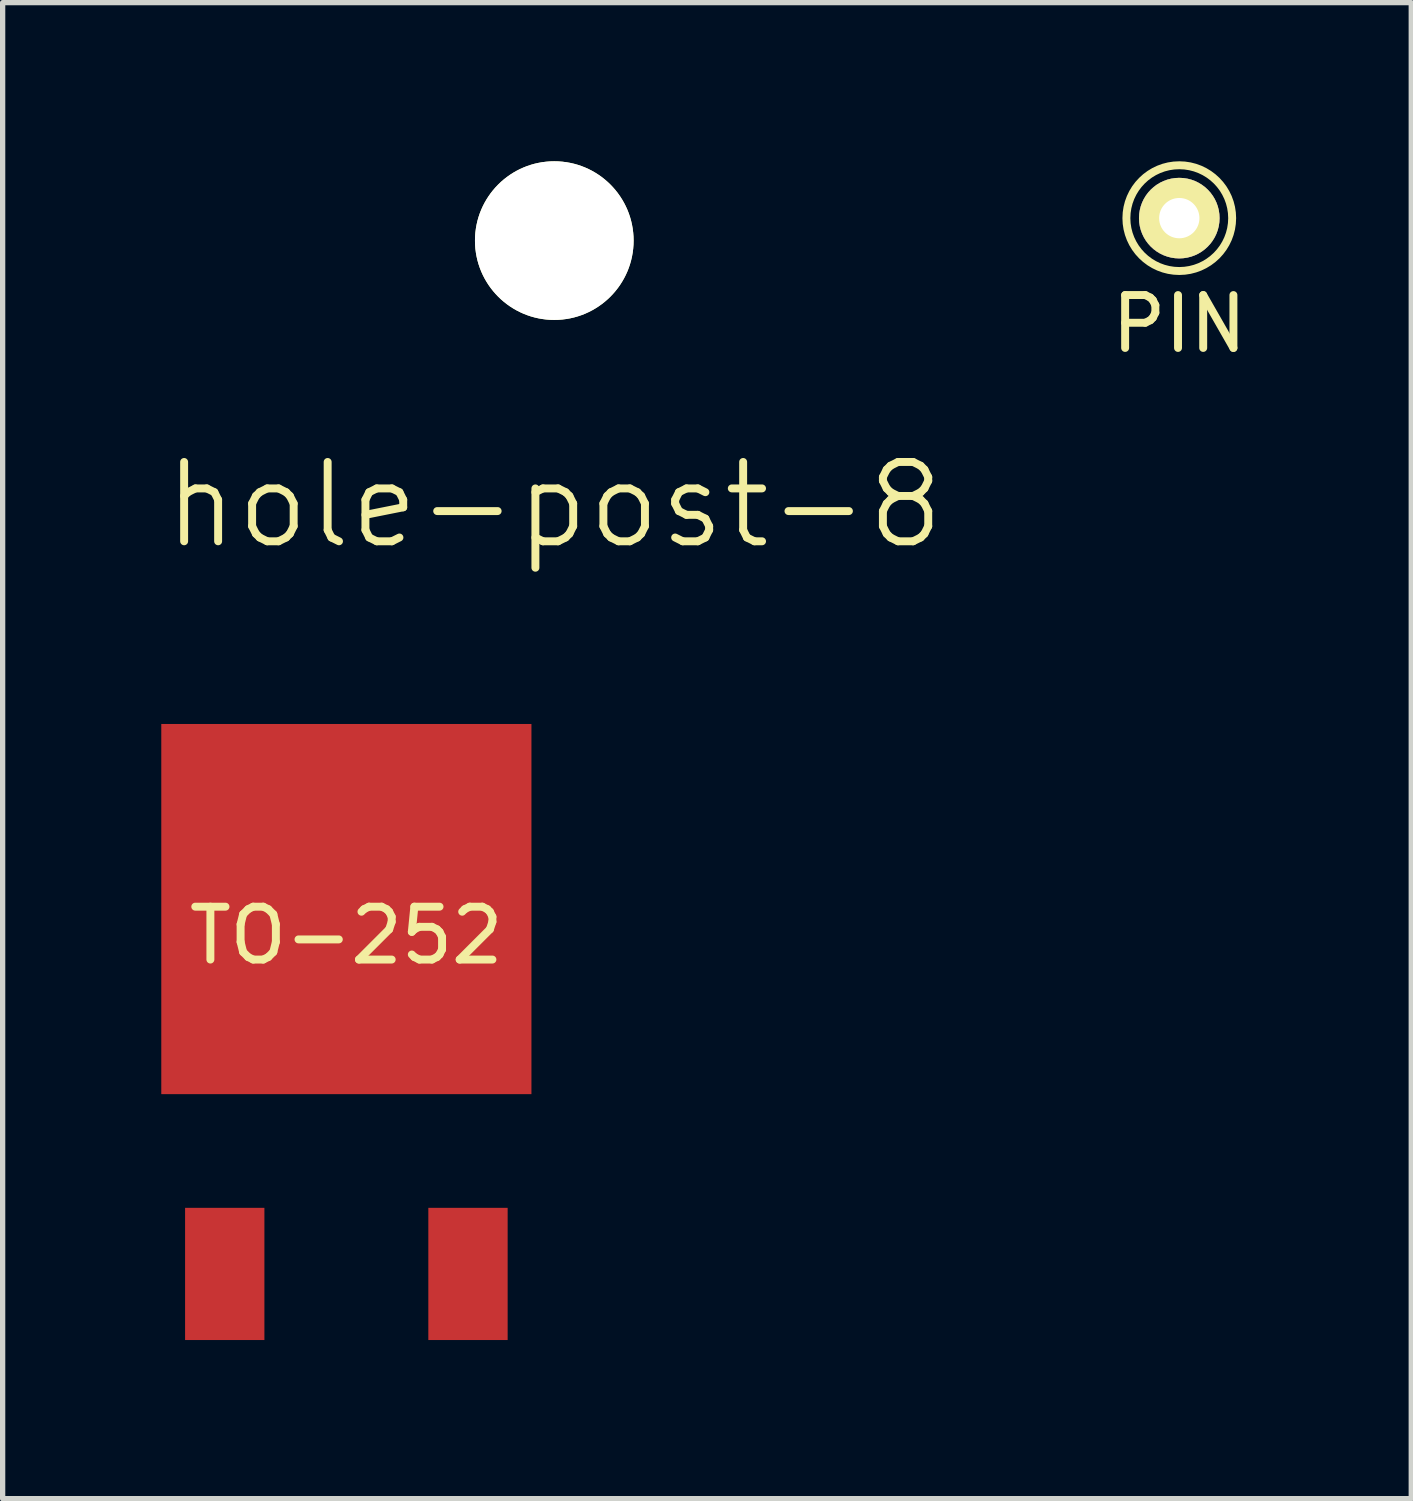
<source format=kicad_pcb>
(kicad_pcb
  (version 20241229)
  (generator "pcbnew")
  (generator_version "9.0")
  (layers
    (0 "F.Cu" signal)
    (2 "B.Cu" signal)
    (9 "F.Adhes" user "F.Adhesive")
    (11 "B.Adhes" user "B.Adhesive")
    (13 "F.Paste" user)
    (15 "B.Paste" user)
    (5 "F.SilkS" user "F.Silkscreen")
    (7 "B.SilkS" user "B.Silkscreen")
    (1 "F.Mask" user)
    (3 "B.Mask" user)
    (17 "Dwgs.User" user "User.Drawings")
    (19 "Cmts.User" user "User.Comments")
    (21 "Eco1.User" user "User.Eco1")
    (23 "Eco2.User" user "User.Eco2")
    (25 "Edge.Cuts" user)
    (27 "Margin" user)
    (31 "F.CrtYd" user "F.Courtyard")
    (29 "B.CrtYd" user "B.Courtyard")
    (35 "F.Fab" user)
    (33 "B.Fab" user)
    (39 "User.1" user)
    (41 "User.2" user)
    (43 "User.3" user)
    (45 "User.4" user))
  (footprint "PIN"
    (layer "F.Cu")
    (at 19.251 1.075)
    (property "Reference" "PIN" (at 0 2 0) (layer "F.SilkS") (effects (font (size 1 1) (thickness 0.15))))
    (attr through_hole)
    (fp_circle (center 0 0) (end 1 0) (stroke (width 0.15) (type solid)) (fill no) (layer "F.SilkS"))
    (pad "1" thru_hole circle (at 0 0) (size 1.524 1.524) (drill 0.762) (layers "*.Cu" "*.Mask" "F.SilkS")))
  (footprint "TO-252"
    (layer "F.Cu")
    (at 3.5 14.141)
    (property "Reference" "TO-252" (at 0 0.5 0) (layer "F.SilkS") (effects (font (size 1 1) (thickness 0.15))))
    (attr through_hole)
    (pad "1" smd rect (at -2.3 6.9) (size 1.5 2.5) (layers "F.Cu" "F.Mask" "F.Paste"))
    (pad "2" smd rect (at 0 0) (size 7 7) (layers "F.Cu" "F.Mask" "F.Paste"))
    (pad "3" smd rect (at 2.3 6.9) (size 1.5 2.5) (layers "F.Cu" "F.Mask" "F.Paste")))
  (footprint "hole-post-8"
    (layer "F.Cu")
    (at 7.432 1.5)
    (property "Reference" "hole-post-8" (at 0 5 0) (layer "F.SilkS") (effects (font (size 1.5 1.5) (thickness 0.15))))
    (attr through_hole)
    (pad "" np_thru_hole circle (at 0 0) (size 3 3) (drill 3) (layers "*.Cu" "*.Mask" "F.SilkS")))
  (gr_rect
    (start -3 -3)
    (end 23.638 25.291)
    (stroke (width 0.1) (type default))
    (fill no)
    (layer "Edge.Cuts")))
</source>
